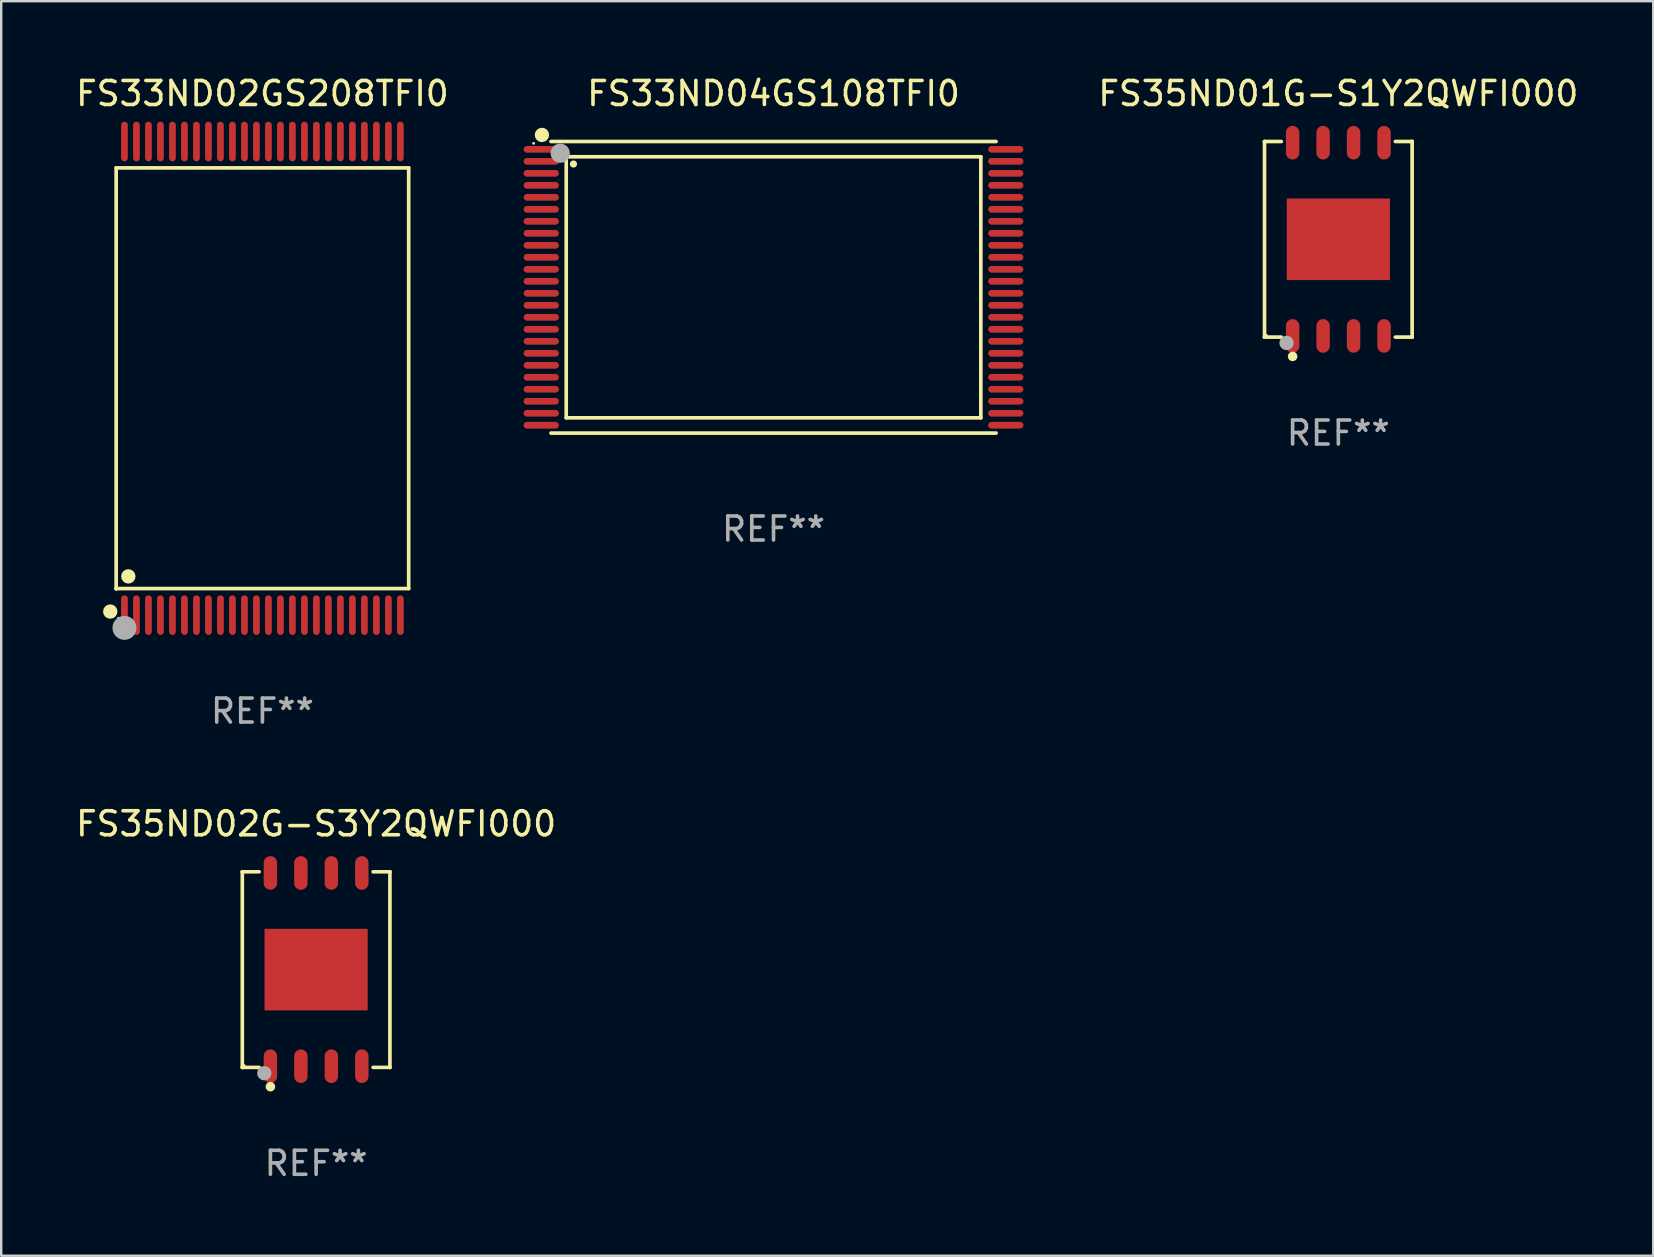
<source format=kicad_pcb>
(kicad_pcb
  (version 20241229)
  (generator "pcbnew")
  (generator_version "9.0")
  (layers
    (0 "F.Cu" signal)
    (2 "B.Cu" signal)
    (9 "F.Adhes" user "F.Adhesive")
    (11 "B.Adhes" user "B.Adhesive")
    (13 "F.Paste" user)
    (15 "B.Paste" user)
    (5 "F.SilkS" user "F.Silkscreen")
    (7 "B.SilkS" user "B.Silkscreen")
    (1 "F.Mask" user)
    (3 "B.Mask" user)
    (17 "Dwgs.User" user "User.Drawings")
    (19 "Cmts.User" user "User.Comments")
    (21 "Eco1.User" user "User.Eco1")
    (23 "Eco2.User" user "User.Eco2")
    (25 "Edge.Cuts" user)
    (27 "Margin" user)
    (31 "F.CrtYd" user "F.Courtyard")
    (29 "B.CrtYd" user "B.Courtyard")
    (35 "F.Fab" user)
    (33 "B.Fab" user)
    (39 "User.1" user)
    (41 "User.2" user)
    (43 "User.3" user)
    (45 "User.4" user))
  (footprint "FS35ND02G-S3Y2QWFI000"
    (layer "F.Cu")
    (at 10.125 37.361)
    (property "Reference" "FS35ND02G-S3Y2QWFI000" (at 0 -6.076 0) (layer "F.SilkS") (effects (font (size 1 1) (thickness 0.15))))
    (attr through_hole)
    (fp_line (start -3.076 -4.076) (end -3.076 -4.076) (stroke (width 0.152) (type solid)) (layer "F.SilkS"))
    (fp_line (start -3.076 -4.076) (end -2.376 -4.076) (stroke (width 0.152) (type solid)) (layer "F.SilkS"))
    (fp_line (start -3.076 4.076) (end -3.076 -4.076) (stroke (width 0.152) (type solid)) (layer "F.SilkS"))
    (fp_line (start -3.076 4.076) (end -3.076 4.076) (stroke (width 0.152) (type solid)) (layer "F.SilkS"))
    (fp_line (start -2.376 4.076) (end -3.076 4.076) (stroke (width 0.152) (type solid)) (layer "F.SilkS"))
    (fp_line (start 2.376 4.076) (end 3.076 4.076) (stroke (width 0.152) (type solid)) (layer "F.SilkS"))
    (fp_line (start 3.076 -4.076) (end 2.376 -4.076) (stroke (width 0.152) (type solid)) (layer "F.SilkS"))
    (fp_line (start 3.076 -4.076) (end 3.076 -4.076) (stroke (width 0.152) (type solid)) (layer "F.SilkS"))
    (fp_line (start 3.076 4.076) (end 3.076 -4.076) (stroke (width 0.152) (type solid)) (layer "F.SilkS"))
    (fp_line (start 3.076 4.076) (end 3.076 4.076) (stroke (width 0.152) (type solid)) (layer "F.SilkS"))
    (fp_circle (center -3 4) (end -2.97 4) (stroke (width 0.06) (type solid)) (fill no) (layer "F.SilkS"))
    (fp_circle (center -1.905 4.88) (end -1.805 4.88) (stroke (width 0.2) (type solid)) (fill no) (layer "F.SilkS"))
    (fp_circle (center -2.159 4.318) (end -2.009 4.318) (stroke (width 0.3) (type solid)) (fill no) (layer "F.Fab"))
    (fp_text user "REF**" (at 0 8.076 0) (layer "F.Fab") (effects (font (size 1 1) (thickness 0.15))))
    (pad "1" smd oval (at -1.905 4.027) (size 0.56 1.4) (layers "F.Cu" "F.Mask" "F.Paste"))
    (pad "2" smd oval (at -0.635 4.027) (size 0.56 1.4) (layers "F.Cu" "F.Mask" "F.Paste"))
    (pad "3" smd oval (at 0.635 4.027) (size 0.56 1.4) (layers "F.Cu" "F.Mask" "F.Paste"))
    (pad "4" smd oval (at 1.905 4.027) (size 0.56 1.4) (layers "F.Cu" "F.Mask" "F.Paste"))
    (pad "5" smd oval (at 1.905 -4.027) (size 0.56 1.4) (layers "F.Cu" "F.Mask" "F.Paste"))
    (pad "6" smd oval (at 0.635 -4.027) (size 0.56 1.4) (layers "F.Cu" "F.Mask" "F.Paste"))
    (pad "7" smd oval (at -0.635 -4.027) (size 0.56 1.4) (layers "F.Cu" "F.Mask" "F.Paste"))
    (pad "8" smd oval (at -1.905 -4.027) (size 0.56 1.4) (layers "F.Cu" "F.Mask" "F.Paste"))
    (pad "9" smd rect (at 0 0) (size 4.3 3.4) (layers "F.Cu" "F.Mask" "F.Paste")))
  (footprint "FS33ND04GS108TFI0"
    (layer "F.Cu")
    (at 29.189 8.924)
    (property "Reference" "FS33ND04GS108TFI0" (at 0 -8.076 0) (layer "F.SilkS") (effects (font (size 1 1) (thickness 0.15))))
    (attr through_hole)
    (fp_line (start -9.276 -6.076) (end 9.276 -6.076) (stroke (width 0.152) (type solid)) (layer "F.SilkS"))
    (fp_line (start -9.276 6.076) (end 9.276 6.076) (stroke (width 0.152) (type solid)) (layer "F.SilkS"))
    (fp_line (start -8.64 -5.44) (end 8.64 -5.44) (stroke (width 0.152) (type solid)) (layer "F.SilkS"))
    (fp_line (start -8.64 5.44) (end -8.64 -5.44) (stroke (width 0.152) (type solid)) (layer "F.SilkS"))
    (fp_line (start 8.64 -5.44) (end 8.64 5.44) (stroke (width 0.152) (type solid)) (layer "F.SilkS"))
    (fp_line (start 8.64 5.44) (end -8.64 5.44) (stroke (width 0.152) (type solid)) (layer "F.SilkS"))
    (fp_circle (center -10 -6) (end -9.97 -6) (stroke (width 0.06) (type solid)) (fill no) (layer "F.SilkS"))
    (fp_circle (center -9.652 -6.35) (end -9.502 -6.35) (stroke (width 0.3) (type solid)) (fill no) (layer "F.SilkS"))
    (fp_circle (center -8.338 -5.138) (end -8.263 -5.138) (stroke (width 0.15) (type solid)) (fill no) (layer "F.SilkS"))
    (fp_circle (center -8.89 -5.588) (end -8.69 -5.588) (stroke (width 0.4) (type solid)) (fill no) (layer "F.Fab"))
    (fp_text user "REF**" (at 0 10.076 0) (layer "F.Fab") (effects (font (size 1 1) (thickness 0.15))))
    (pad "1" smd oval (at -9.68 -5.75) (size 1.47 0.28) (layers "F.Cu" "F.Mask" "F.Paste"))
    (pad "2" smd oval (at -9.68 -5.25) (size 1.47 0.28) (layers "F.Cu" "F.Mask" "F.Paste"))
    (pad "3" smd oval (at -9.68 -4.75) (size 1.47 0.28) (layers "F.Cu" "F.Mask" "F.Paste"))
    (pad "4" smd oval (at -9.68 -4.25) (size 1.47 0.28) (layers "F.Cu" "F.Mask" "F.Paste"))
    (pad "5" smd oval (at -9.68 -3.75) (size 1.47 0.28) (layers "F.Cu" "F.Mask" "F.Paste"))
    (pad "6" smd oval (at -9.68 -3.25) (size 1.47 0.28) (layers "F.Cu" "F.Mask" "F.Paste"))
    (pad "7" smd oval (at -9.68 -2.75) (size 1.47 0.28) (layers "F.Cu" "F.Mask" "F.Paste"))
    (pad "8" smd oval (at -9.68 -2.25) (size 1.47 0.28) (layers "F.Cu" "F.Mask" "F.Paste"))
    (pad "9" smd oval (at -9.68 -1.75) (size 1.47 0.28) (layers "F.Cu" "F.Mask" "F.Paste"))
    (pad "10" smd oval (at -9.68 -1.25) (size 1.47 0.28) (layers "F.Cu" "F.Mask" "F.Paste"))
    (pad "11" smd oval (at -9.68 -0.75) (size 1.47 0.28) (layers "F.Cu" "F.Mask" "F.Paste"))
    (pad "12" smd oval (at -9.68 -0.25) (size 1.47 0.28) (layers "F.Cu" "F.Mask" "F.Paste"))
    (pad "13" smd oval (at -9.68 0.25) (size 1.47 0.28) (layers "F.Cu" "F.Mask" "F.Paste"))
    (pad "14" smd oval (at -9.68 0.75) (size 1.47 0.28) (layers "F.Cu" "F.Mask" "F.Paste"))
    (pad "15" smd oval (at -9.68 1.25) (size 1.47 0.28) (layers "F.Cu" "F.Mask" "F.Paste"))
    (pad "16" smd oval (at -9.68 1.75) (size 1.47 0.28) (layers "F.Cu" "F.Mask" "F.Paste"))
    (pad "17" smd oval (at -9.68 2.25) (size 1.47 0.28) (layers "F.Cu" "F.Mask" "F.Paste"))
    (pad "18" smd oval (at -9.68 2.75) (size 1.47 0.28) (layers "F.Cu" "F.Mask" "F.Paste"))
    (pad "19" smd oval (at -9.68 3.25) (size 1.47 0.28) (layers "F.Cu" "F.Mask" "F.Paste"))
    (pad "20" smd oval (at -9.68 3.75) (size 1.47 0.28) (layers "F.Cu" "F.Mask" "F.Paste"))
    (pad "21" smd oval (at -9.68 4.25) (size 1.47 0.28) (layers "F.Cu" "F.Mask" "F.Paste"))
    (pad "22" smd oval (at -9.68 4.75) (size 1.47 0.28) (layers "F.Cu" "F.Mask" "F.Paste"))
    (pad "23" smd oval (at -9.68 5.25) (size 1.47 0.28) (layers "F.Cu" "F.Mask" "F.Paste"))
    (pad "24" smd oval (at -9.68 5.75) (size 1.47 0.28) (layers "F.Cu" "F.Mask" "F.Paste"))
    (pad "25" smd oval (at 9.68 5.75) (size 1.47 0.28) (layers "F.Cu" "F.Mask" "F.Paste"))
    (pad "26" smd oval (at 9.68 5.25) (size 1.47 0.28) (layers "F.Cu" "F.Mask" "F.Paste"))
    (pad "27" smd oval (at 9.68 4.75) (size 1.47 0.28) (layers "F.Cu" "F.Mask" "F.Paste"))
    (pad "28" smd oval (at 9.68 4.25) (size 1.47 0.28) (layers "F.Cu" "F.Mask" "F.Paste"))
    (pad "29" smd oval (at 9.68 3.75) (size 1.47 0.28) (layers "F.Cu" "F.Mask" "F.Paste"))
    (pad "30" smd oval (at 9.68 3.25) (size 1.47 0.28) (layers "F.Cu" "F.Mask" "F.Paste"))
    (pad "31" smd oval (at 9.68 2.75) (size 1.47 0.28) (layers "F.Cu" "F.Mask" "F.Paste"))
    (pad "32" smd oval (at 9.68 2.25) (size 1.47 0.28) (layers "F.Cu" "F.Mask" "F.Paste"))
    (pad "33" smd oval (at 9.68 1.75) (size 1.47 0.28) (layers "F.Cu" "F.Mask" "F.Paste"))
    (pad "34" smd oval (at 9.68 1.25) (size 1.47 0.28) (layers "F.Cu" "F.Mask" "F.Paste"))
    (pad "35" smd oval (at 9.68 0.75) (size 1.47 0.28) (layers "F.Cu" "F.Mask" "F.Paste"))
    (pad "36" smd oval (at 9.68 0.25) (size 1.47 0.28) (layers "F.Cu" "F.Mask" "F.Paste"))
    (pad "37" smd oval (at 9.68 -0.25) (size 1.47 0.28) (layers "F.Cu" "F.Mask" "F.Paste"))
    (pad "38" smd oval (at 9.68 -0.75) (size 1.47 0.28) (layers "F.Cu" "F.Mask" "F.Paste"))
    (pad "39" smd oval (at 9.68 -1.25) (size 1.47 0.28) (layers "F.Cu" "F.Mask" "F.Paste"))
    (pad "40" smd oval (at 9.68 -1.75) (size 1.47 0.28) (layers "F.Cu" "F.Mask" "F.Paste"))
    (pad "41" smd oval (at 9.68 -2.25) (size 1.47 0.28) (layers "F.Cu" "F.Mask" "F.Paste"))
    (pad "42" smd oval (at 9.68 -2.75) (size 1.47 0.28) (layers "F.Cu" "F.Mask" "F.Paste"))
    (pad "43" smd oval (at 9.68 -3.25) (size 1.47 0.28) (layers "F.Cu" "F.Mask" "F.Paste"))
    (pad "44" smd oval (at 9.68 -3.75) (size 1.47 0.28) (layers "F.Cu" "F.Mask" "F.Paste"))
    (pad "45" smd oval (at 9.68 -4.25) (size 1.47 0.28) (layers "F.Cu" "F.Mask" "F.Paste"))
    (pad "46" smd oval (at 9.68 -4.75) (size 1.47 0.28) (layers "F.Cu" "F.Mask" "F.Paste"))
    (pad "47" smd oval (at 9.68 -5.25) (size 1.47 0.28) (layers "F.Cu" "F.Mask" "F.Paste"))
    (pad "48" smd oval (at 9.68 -5.75) (size 1.47 0.28) (layers "F.Cu" "F.Mask" "F.Paste")))
  (footprint "FS35ND01G-S1Y2QWFI000"
    (layer "F.Cu")
    (at 52.729 6.924)
    (property "Reference" "FS35ND01G-S1Y2QWFI000" (at 0 -6.076 0) (layer "F.SilkS") (effects (font (size 1 1) (thickness 0.15))))
    (attr through_hole)
    (fp_line (start -3.076 -4.076) (end -3.076 -4.076) (stroke (width 0.152) (type solid)) (layer "F.SilkS"))
    (fp_line (start -3.076 -4.076) (end -2.376 -4.076) (stroke (width 0.152) (type solid)) (layer "F.SilkS"))
    (fp_line (start -3.076 4.076) (end -3.076 -4.076) (stroke (width 0.152) (type solid)) (layer "F.SilkS"))
    (fp_line (start -3.076 4.076) (end -3.076 4.076) (stroke (width 0.152) (type solid)) (layer "F.SilkS"))
    (fp_line (start -2.376 4.076) (end -3.076 4.076) (stroke (width 0.152) (type solid)) (layer "F.SilkS"))
    (fp_line (start 2.376 4.076) (end 3.076 4.076) (stroke (width 0.152) (type solid)) (layer "F.SilkS"))
    (fp_line (start 3.076 -4.076) (end 2.376 -4.076) (stroke (width 0.152) (type solid)) (layer "F.SilkS"))
    (fp_line (start 3.076 -4.076) (end 3.076 -4.076) (stroke (width 0.152) (type solid)) (layer "F.SilkS"))
    (fp_line (start 3.076 4.076) (end 3.076 -4.076) (stroke (width 0.152) (type solid)) (layer "F.SilkS"))
    (fp_line (start 3.076 4.076) (end 3.076 4.076) (stroke (width 0.152) (type solid)) (layer "F.SilkS"))
    (fp_circle (center -3 4) (end -2.97 4) (stroke (width 0.06) (type solid)) (fill no) (layer "F.SilkS"))
    (fp_circle (center -1.905 4.88) (end -1.805 4.88) (stroke (width 0.2) (type solid)) (fill no) (layer "F.SilkS"))
    (fp_circle (center -2.159 4.318) (end -2.009 4.318) (stroke (width 0.3) (type solid)) (fill no) (layer "F.Fab"))
    (fp_text user "REF**" (at 0 8.076 0) (layer "F.Fab") (effects (font (size 1 1) (thickness 0.15))))
    (pad "1" smd oval (at -1.905 4.027) (size 0.56 1.4) (layers "F.Cu" "F.Mask" "F.Paste"))
    (pad "2" smd oval (at -0.635 4.027) (size 0.56 1.4) (layers "F.Cu" "F.Mask" "F.Paste"))
    (pad "3" smd oval (at 0.635 4.027) (size 0.56 1.4) (layers "F.Cu" "F.Mask" "F.Paste"))
    (pad "4" smd oval (at 1.905 4.027) (size 0.56 1.4) (layers "F.Cu" "F.Mask" "F.Paste"))
    (pad "5" smd oval (at 1.905 -4.027) (size 0.56 1.4) (layers "F.Cu" "F.Mask" "F.Paste"))
    (pad "6" smd oval (at 0.635 -4.027) (size 0.56 1.4) (layers "F.Cu" "F.Mask" "F.Paste"))
    (pad "7" smd oval (at -0.635 -4.027) (size 0.56 1.4) (layers "F.Cu" "F.Mask" "F.Paste"))
    (pad "8" smd oval (at -1.905 -4.027) (size 0.56 1.4) (layers "F.Cu" "F.Mask" "F.Paste"))
    (pad "9" smd rect (at 0 0) (size 4.3 3.4) (layers "F.Cu" "F.Mask" "F.Paste")))
  (footprint "FS33ND02GS208TFI0"
    (layer "F.Cu")
    (at 7.887 12.718)
    (property "Reference" "FS33ND02GS208TFI0" (at 0 -11.87 0) (layer "F.SilkS") (effects (font (size 1 1) (thickness 0.15))))
    (attr through_hole)
    (fp_line (start -6.096 -8.771) (end 6.096 -8.771) (stroke (width 0.152) (type solid)) (layer "F.SilkS"))
    (fp_line (start -6.096 8.763) (end -6.096 8.771) (stroke (width 0.152) (type solid)) (layer "F.SilkS"))
    (fp_line (start -6.096 8.771) (end -6.096 -8.771) (stroke (width 0.152) (type solid)) (layer "F.SilkS"))
    (fp_line (start 6.096 -8.771) (end 6.096 8.763) (stroke (width 0.152) (type solid)) (layer "F.SilkS"))
    (fp_line (start 6.096 8.763) (end -6.096 8.763) (stroke (width 0.152) (type solid)) (layer "F.SilkS"))
    (fp_circle (center -6.342 9.72) (end -6.192 9.72) (stroke (width 0.3) (type solid)) (fill no) (layer "F.SilkS"))
    (fp_circle (center -6 10) (end -5.97 10) (stroke (width 0.06) (type solid)) (fill no) (layer "F.SilkS"))
    (fp_circle (center -5.588 8.255) (end -5.438 8.255) (stroke (width 0.3) (type solid)) (fill no) (layer "F.SilkS"))
    (fp_circle (center -5.75 10.4) (end -5.5 10.4) (stroke (width 0.5) (type solid)) (fill no) (layer "F.Fab"))
    (fp_text user "REF**" (at 0 13.87 0) (layer "F.Fab") (effects (font (size 1 1) (thickness 0.15))))
    (pad "1" smd oval (at -5.75 9.87) (size 0.28 1.65) (layers "F.Cu" "F.Mask" "F.Paste"))
    (pad "2" smd oval (at -5.25 9.87) (size 0.28 1.65) (layers "F.Cu" "F.Mask" "F.Paste"))
    (pad "3" smd oval (at -4.75 9.87) (size 0.28 1.65) (layers "F.Cu" "F.Mask" "F.Paste"))
    (pad "4" smd oval (at -4.25 9.87) (size 0.28 1.65) (layers "F.Cu" "F.Mask" "F.Paste"))
    (pad "5" smd oval (at -3.75 9.87) (size 0.28 1.65) (layers "F.Cu" "F.Mask" "F.Paste"))
    (pad "6" smd oval (at -3.25 9.87) (size 0.28 1.65) (layers "F.Cu" "F.Mask" "F.Paste"))
    (pad "7" smd oval (at -2.75 9.87) (size 0.28 1.65) (layers "F.Cu" "F.Mask" "F.Paste"))
    (pad "8" smd oval (at -2.25 9.87) (size 0.28 1.65) (layers "F.Cu" "F.Mask" "F.Paste"))
    (pad "9" smd oval (at -1.75 9.87) (size 0.28 1.65) (layers "F.Cu" "F.Mask" "F.Paste"))
    (pad "10" smd oval (at -1.25 9.87) (size 0.28 1.65) (layers "F.Cu" "F.Mask" "F.Paste"))
    (pad "11" smd oval (at -0.75 9.87) (size 0.28 1.65) (layers "F.Cu" "F.Mask" "F.Paste"))
    (pad "12" smd oval (at -0.25 9.87) (size 0.28 1.65) (layers "F.Cu" "F.Mask" "F.Paste"))
    (pad "13" smd oval (at 0.25 9.87) (size 0.28 1.65) (layers "F.Cu" "F.Mask" "F.Paste"))
    (pad "14" smd oval (at 0.75 9.87) (size 0.28 1.65) (layers "F.Cu" "F.Mask" "F.Paste"))
    (pad "15" smd oval (at 1.25 9.87) (size 0.28 1.65) (layers "F.Cu" "F.Mask" "F.Paste"))
    (pad "16" smd oval (at 1.75 9.87) (size 0.28 1.65) (layers "F.Cu" "F.Mask" "F.Paste"))
    (pad "17" smd oval (at 2.25 9.87) (size 0.28 1.65) (layers "F.Cu" "F.Mask" "F.Paste"))
    (pad "18" smd oval (at 2.75 9.87) (size 0.28 1.65) (layers "F.Cu" "F.Mask" "F.Paste"))
    (pad "19" smd oval (at 3.25 9.87) (size 0.28 1.65) (layers "F.Cu" "F.Mask" "F.Paste"))
    (pad "20" smd oval (at 3.75 9.87) (size 0.28 1.65) (layers "F.Cu" "F.Mask" "F.Paste"))
    (pad "21" smd oval (at 4.25 9.87) (size 0.28 1.65) (layers "F.Cu" "F.Mask" "F.Paste"))
    (pad "22" smd oval (at 4.75 9.87) (size 0.28 1.65) (layers "F.Cu" "F.Mask" "F.Paste"))
    (pad "23" smd oval (at 5.25 9.87) (size 0.28 1.65) (layers "F.Cu" "F.Mask" "F.Paste"))
    (pad "24" smd oval (at 5.75 9.87) (size 0.28 1.65) (layers "F.Cu" "F.Mask" "F.Paste"))
    (pad "25" smd oval (at 5.75 -9.87) (size 0.28 1.65) (layers "F.Cu" "F.Mask" "F.Paste"))
    (pad "26" smd oval (at 5.25 -9.87) (size 0.28 1.65) (layers "F.Cu" "F.Mask" "F.Paste"))
    (pad "27" smd oval (at 4.75 -9.87) (size 0.28 1.65) (layers "F.Cu" "F.Mask" "F.Paste"))
    (pad "28" smd oval (at 4.25 -9.87) (size 0.28 1.65) (layers "F.Cu" "F.Mask" "F.Paste"))
    (pad "29" smd oval (at 3.75 -9.87) (size 0.28 1.65) (layers "F.Cu" "F.Mask" "F.Paste"))
    (pad "30" smd oval (at 3.25 -9.87) (size 0.28 1.65) (layers "F.Cu" "F.Mask" "F.Paste"))
    (pad "31" smd oval (at 2.75 -9.87) (size 0.28 1.65) (layers "F.Cu" "F.Mask" "F.Paste"))
    (pad "32" smd oval (at 2.25 -9.87) (size 0.28 1.65) (layers "F.Cu" "F.Mask" "F.Paste"))
    (pad "33" smd oval (at 1.75 -9.87) (size 0.28 1.65) (layers "F.Cu" "F.Mask" "F.Paste"))
    (pad "34" smd oval (at 1.25 -9.87) (size 0.28 1.65) (layers "F.Cu" "F.Mask" "F.Paste"))
    (pad "35" smd oval (at 0.75 -9.87) (size 0.28 1.65) (layers "F.Cu" "F.Mask" "F.Paste"))
    (pad "36" smd oval (at 0.25 -9.87) (size 0.28 1.65) (layers "F.Cu" "F.Mask" "F.Paste"))
    (pad "37" smd oval (at -0.25 -9.87) (size 0.28 1.65) (layers "F.Cu" "F.Mask" "F.Paste"))
    (pad "38" smd oval (at -0.75 -9.87) (size 0.28 1.65) (layers "F.Cu" "F.Mask" "F.Paste"))
    (pad "39" smd oval (at -1.25 -9.87) (size 0.28 1.65) (layers "F.Cu" "F.Mask" "F.Paste"))
    (pad "40" smd oval (at -1.75 -9.87) (size 0.28 1.65) (layers "F.Cu" "F.Mask" "F.Paste"))
    (pad "41" smd oval (at -2.25 -9.87) (size 0.28 1.65) (layers "F.Cu" "F.Mask" "F.Paste"))
    (pad "42" smd oval (at -2.75 -9.87) (size 0.28 1.65) (layers "F.Cu" "F.Mask" "F.Paste"))
    (pad "43" smd oval (at -3.25 -9.87) (size 0.28 1.65) (layers "F.Cu" "F.Mask" "F.Paste"))
    (pad "44" smd oval (at -3.75 -9.87) (size 0.28 1.65) (layers "F.Cu" "F.Mask" "F.Paste"))
    (pad "45" smd oval (at -4.25 -9.87) (size 0.28 1.65) (layers "F.Cu" "F.Mask" "F.Paste"))
    (pad "46" smd oval (at -4.75 -9.87) (size 0.28 1.65) (layers "F.Cu" "F.Mask" "F.Paste"))
    (pad "47" smd oval (at -5.25 -9.87) (size 0.28 1.65) (layers "F.Cu" "F.Mask" "F.Paste"))
    (pad "48" smd oval (at -5.75 -9.87) (size 0.28 1.65) (layers "F.Cu" "F.Mask" "F.Paste")))
  (gr_rect
    (start -3 -3)
    (end 65.854 49.286)
    (stroke (width 0.1) (type default))
    (fill no)
    (layer "Edge.Cuts")))
</source>
